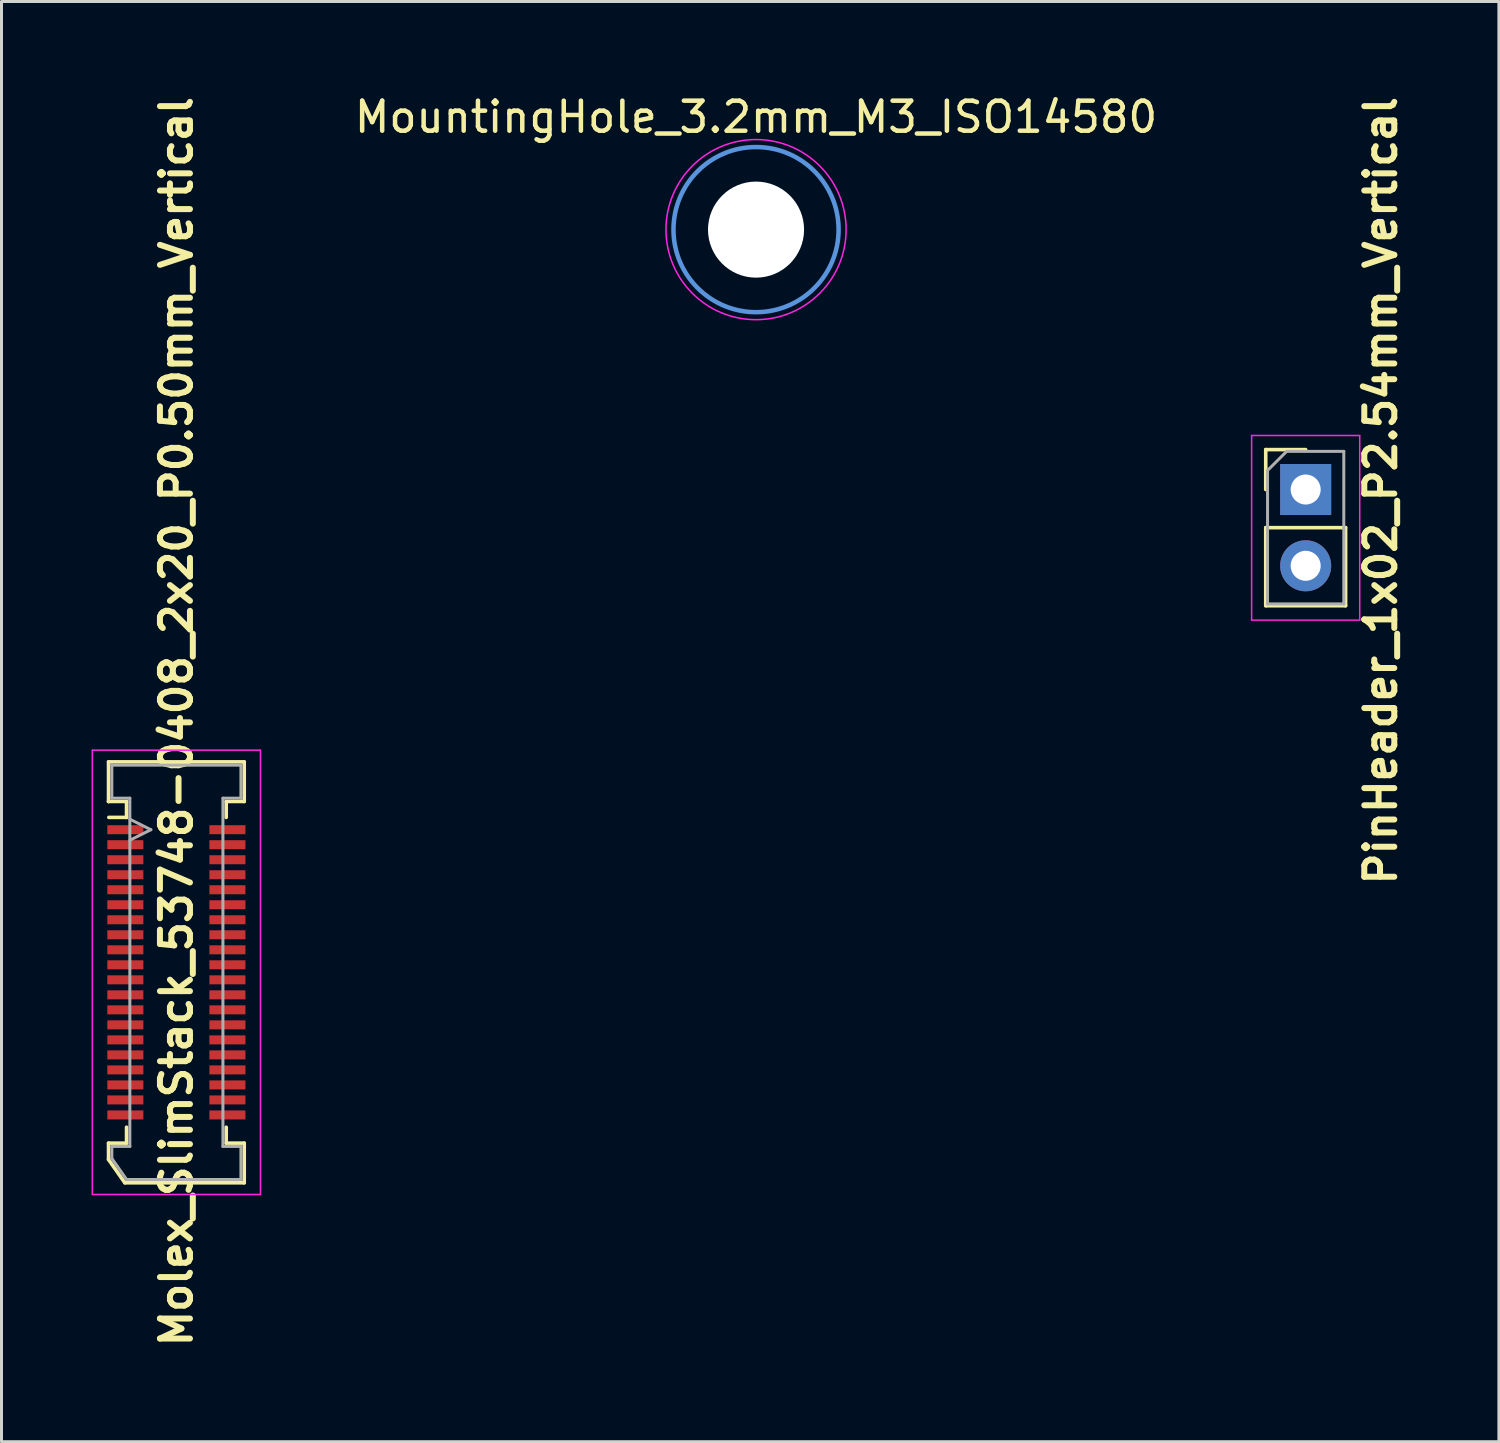
<source format=kicad_pcb>
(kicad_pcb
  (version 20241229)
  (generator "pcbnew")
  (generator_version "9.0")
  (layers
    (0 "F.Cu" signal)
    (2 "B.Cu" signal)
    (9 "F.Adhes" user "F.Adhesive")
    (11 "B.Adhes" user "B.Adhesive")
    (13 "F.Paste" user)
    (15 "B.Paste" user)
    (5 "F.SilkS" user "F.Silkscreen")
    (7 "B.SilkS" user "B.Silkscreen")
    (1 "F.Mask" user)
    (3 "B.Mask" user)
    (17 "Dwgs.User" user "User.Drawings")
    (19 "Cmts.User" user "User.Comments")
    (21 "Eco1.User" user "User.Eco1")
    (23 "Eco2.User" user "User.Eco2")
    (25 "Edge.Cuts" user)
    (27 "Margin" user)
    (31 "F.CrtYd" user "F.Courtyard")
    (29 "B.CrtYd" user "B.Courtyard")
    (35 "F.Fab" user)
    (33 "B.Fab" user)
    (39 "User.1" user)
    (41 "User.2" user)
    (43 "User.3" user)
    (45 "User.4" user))
  (footprint "MountingHole_3.2mm_M3_ISO14580"
    (layer "F.Cu")
    (at 22.132 4.598)
    (property "Reference" "MountingHole_3.2mm_M3_ISO14580" (at 0 -3.75 0) (layer "F.SilkS") (effects (font (size 1 1) (thickness 0.15))))
    (attr exclude_from_pos_files exclude_from_bom)
    (fp_circle (center 0 0) (end 2.75 0) (stroke (width 0.15) (type solid)) (fill no) (layer "Cmts.User"))
    (fp_circle (center 0 0) (end 3 0) (stroke (width 0.05) (type solid)) (fill no) (layer "F.CrtYd"))
    (pad "" np_thru_hole circle (at 0 0) (size 3.2 3.2) (drill 3.2) (layers "*.Cu" "*.Mask")))
  (footprint "PinHeader_1x02_P2.54mm_Vertical"
    (layer "F.Cu")
    (at 40.439 13.255)
    (property "Reference" "PinHeader_1x02_P2.54mm_Vertical" (at 2.5 0.04 90) (layer "F.SilkS") (effects (font (size 1 1) (thickness 0.2) (bold yes))))
    (attr through_hole)
    (fp_line (start -1.33 -1.33) (end 0 -1.33) (stroke (width 0.12) (type solid)) (layer "F.SilkS"))
    (fp_line (start -1.33 0) (end -1.33 -1.33) (stroke (width 0.12) (type solid)) (layer "F.SilkS"))
    (fp_line (start -1.33 1.27) (end -1.33 3.87) (stroke (width 0.12) (type solid)) (layer "F.SilkS"))
    (fp_line (start -1.33 1.27) (end 1.33 1.27) (stroke (width 0.12) (type solid)) (layer "F.SilkS"))
    (fp_line (start -1.33 3.87) (end 1.33 3.87) (stroke (width 0.12) (type solid)) (layer "F.SilkS"))
    (fp_line (start 1.33 1.27) (end 1.33 3.87) (stroke (width 0.12) (type solid)) (layer "F.SilkS"))
    (fp_line (start -1.8 -1.8) (end -1.8 4.35) (stroke (width 0.05) (type solid)) (layer "F.CrtYd"))
    (fp_line (start -1.8 4.35) (end 1.8 4.35) (stroke (width 0.05) (type solid)) (layer "F.CrtYd"))
    (fp_line (start 1.8 -1.8) (end -1.8 -1.8) (stroke (width 0.05) (type solid)) (layer "F.CrtYd"))
    (fp_line (start 1.8 4.35) (end 1.8 -1.8) (stroke (width 0.05) (type solid)) (layer "F.CrtYd"))
    (fp_line (start -1.27 -0.635) (end -0.635 -1.27) (stroke (width 0.1) (type solid)) (layer "F.Fab"))
    (fp_line (start -1.27 3.81) (end -1.27 -0.635) (stroke (width 0.1) (type solid)) (layer "F.Fab"))
    (fp_line (start -0.635 -1.27) (end 1.27 -1.27) (stroke (width 0.1) (type solid)) (layer "F.Fab"))
    (fp_line (start 1.27 -1.27) (end 1.27 3.81) (stroke (width 0.1) (type solid)) (layer "F.Fab"))
    (fp_line (start 1.27 3.81) (end -1.27 3.81) (stroke (width 0.1) (type solid)) (layer "F.Fab"))
    (pad "1" thru_hole rect (at 0 0) (size 1.7 1.7) (drill 1) (layers "*.Cu" "*.Mask"))
    (pad "2" thru_hole oval (at 0 2.54) (size 1.7 1.7) (drill 1) (layers "*.Cu" "*.Mask")))
  (footprint "Molex_SlimStack_53748-0408_2x20_P0.50mm_Vertical"
    (layer "F.Cu")
    (at 2.825 29.336)
    (property "Reference" "Molex_SlimStack_53748-0408_2x20_P0.50mm_Vertical" (at 0 -8.35 90) (layer "F.SilkS") (effects (font (size 1 1) (thickness 0.2) (bold yes))))
    (attr smd exclude_from_pos_files exclude_from_bom dnp)
    (fp_line (start -2.26 -7.01) (end -2.26 -5.69) (stroke (width 0.12) (type solid)) (layer "F.SilkS"))
    (fp_line (start -2.26 -5.69) (end -2.26 -5.69) (stroke (width 0.12) (type solid)) (layer "F.SilkS"))
    (fp_line (start -2.26 -5.69) (end -1.66 -5.69) (stroke (width 0.12) (type solid)) (layer "F.SilkS"))
    (fp_line (start -2.26 5.69) (end -1.66 5.69) (stroke (width 0.12) (type solid)) (layer "F.SilkS"))
    (fp_line (start -2.26 6.235) (end -2.26 5.69) (stroke (width 0.12) (type solid)) (layer "F.SilkS"))
    (fp_line (start -1.717 7.01) (end -2.26 6.235) (stroke (width 0.12) (type solid)) (layer "F.SilkS"))
    (fp_line (start -1.66 -5.69) (end -1.66 -5.16) (stroke (width 0.12) (type solid)) (layer "F.SilkS"))
    (fp_line (start -1.66 -5.16) (end -2.25 -5.16) (stroke (width 0.12) (type solid)) (layer "F.SilkS"))
    (fp_line (start -1.66 5.69) (end -1.66 5.16) (stroke (width 0.12) (type solid)) (layer "F.SilkS"))
    (fp_line (start 1.66 -5.69) (end 2.26 -5.69) (stroke (width 0.12) (type solid)) (layer "F.SilkS"))
    (fp_line (start 1.66 -5.16) (end 1.66 -5.69) (stroke (width 0.12) (type solid)) (layer "F.SilkS"))
    (fp_line (start 1.66 5.16) (end 1.66 5.69) (stroke (width 0.12) (type solid)) (layer "F.SilkS"))
    (fp_line (start 1.66 5.69) (end 2.26 5.69) (stroke (width 0.12) (type solid)) (layer "F.SilkS"))
    (fp_line (start 2.26 -7.01) (end -2.26 -7.01) (stroke (width 0.12) (type solid)) (layer "F.SilkS"))
    (fp_line (start 2.26 -5.69) (end 2.26 -7.01) (stroke (width 0.12) (type solid)) (layer "F.SilkS"))
    (fp_line (start 2.26 5.69) (end 2.26 7.01) (stroke (width 0.12) (type solid)) (layer "F.SilkS"))
    (fp_line (start 2.26 7.01) (end -1.717 7.01) (stroke (width 0.12) (type solid)) (layer "F.SilkS"))
    (fp_line (start -2.8 -7.4) (end -2.8 7.4) (stroke (width 0.05) (type solid)) (layer "F.CrtYd"))
    (fp_line (start -2.8 7.4) (end 2.8 7.4) (stroke (width 0.05) (type solid)) (layer "F.CrtYd"))
    (fp_line (start 2.8 -7.4) (end -2.8 -7.4) (stroke (width 0.05) (type solid)) (layer "F.CrtYd"))
    (fp_line (start 2.8 7.4) (end 2.8 -7.4) (stroke (width 0.05) (type solid)) (layer "F.CrtYd"))
    (fp_line (start -2.15 -6.9) (end -2.15 -5.8) (stroke (width 0.1) (type solid)) (layer "F.Fab"))
    (fp_line (start -2.15 -5.8) (end -1.55 -5.8) (stroke (width 0.1) (type solid)) (layer "F.Fab"))
    (fp_line (start -2.15 5.8) (end -2.15 6.2) (stroke (width 0.1) (type solid)) (layer "F.Fab"))
    (fp_line (start -2.15 6.2) (end -1.66 6.9) (stroke (width 0.1) (type solid)) (layer "F.Fab"))
    (fp_line (start -1.66 6.9) (end 2.15 6.9) (stroke (width 0.1) (type solid)) (layer "F.Fab"))
    (fp_line (start -1.55 -5.8) (end -1.55 5.8) (stroke (width 0.1) (type solid)) (layer "F.Fab"))
    (fp_line (start -1.55 5.8) (end -2.15 5.8) (stroke (width 0.1) (type solid)) (layer "F.Fab"))
    (fp_line (start -0.85 -4.75) (end -1.55 -5.1) (stroke (width 0.1) (type solid)) (layer "F.Fab"))
    (fp_line (start -0.85 -4.75) (end -1.55 -4.4) (stroke (width 0.1) (type solid)) (layer "F.Fab"))
    (fp_line (start 1.55 -5.8) (end 2.15 -5.8) (stroke (width 0.1) (type solid)) (layer "F.Fab"))
    (fp_line (start 1.55 5.8) (end 1.55 -5.8) (stroke (width 0.1) (type solid)) (layer "F.Fab"))
    (fp_line (start 2.15 -6.9) (end -2.15 -6.9) (stroke (width 0.1) (type solid)) (layer "F.Fab"))
    (fp_line (start 2.15 -5.8) (end 2.15 -6.9) (stroke (width 0.1) (type solid)) (layer "F.Fab"))
    (fp_line (start 2.15 5.8) (end 1.55 5.8) (stroke (width 0.1) (type solid)) (layer "F.Fab"))
    (fp_line (start 2.15 6.9) (end 2.15 5.8) (stroke (width 0.1) (type solid)) (layer "F.Fab"))
    (pad "1" smd rect (at -1.7 -4.75) (size 1.2 0.3) (layers "F.Cu" "F.Mask" "F.Paste"))
    (pad "2" smd rect (at 1.7 -4.75) (size 1.2 0.3) (layers "F.Cu" "F.Mask" "F.Paste"))
    (pad "3" smd rect (at -1.7 -4.25) (size 1.2 0.3) (layers "F.Cu" "F.Mask" "F.Paste"))
    (pad "4" smd rect (at 1.7 -4.25) (size 1.2 0.3) (layers "F.Cu" "F.Mask" "F.Paste"))
    (pad "5" smd rect (at -1.7 -3.75) (size 1.2 0.3) (layers "F.Cu" "F.Mask" "F.Paste"))
    (pad "6" smd rect (at 1.7 -3.75) (size 1.2 0.3) (layers "F.Cu" "F.Mask" "F.Paste"))
    (pad "7" smd rect (at -1.7 -3.25) (size 1.2 0.3) (layers "F.Cu" "F.Mask" "F.Paste"))
    (pad "8" smd rect (at 1.7 -3.25) (size 1.2 0.3) (layers "F.Cu" "F.Mask" "F.Paste"))
    (pad "9" smd rect (at -1.7 -2.75) (size 1.2 0.3) (layers "F.Cu" "F.Mask" "F.Paste"))
    (pad "10" smd rect (at 1.7 -2.75) (size 1.2 0.3) (layers "F.Cu" "F.Mask" "F.Paste"))
    (pad "11" smd rect (at -1.7 -2.25) (size 1.2 0.3) (layers "F.Cu" "F.Mask" "F.Paste"))
    (pad "12" smd rect (at 1.7 -2.25) (size 1.2 0.3) (layers "F.Cu" "F.Mask" "F.Paste"))
    (pad "13" smd rect (at -1.7 -1.75) (size 1.2 0.3) (layers "F.Cu" "F.Mask" "F.Paste"))
    (pad "14" smd rect (at 1.7 -1.75) (size 1.2 0.3) (layers "F.Cu" "F.Mask" "F.Paste"))
    (pad "15" smd rect (at -1.7 -1.25) (size 1.2 0.3) (layers "F.Cu" "F.Mask" "F.Paste"))
    (pad "16" smd rect (at 1.7 -1.25) (size 1.2 0.3) (layers "F.Cu" "F.Mask" "F.Paste"))
    (pad "17" smd rect (at -1.7 -0.75) (size 1.2 0.3) (layers "F.Cu" "F.Mask" "F.Paste"))
    (pad "18" smd rect (at 1.7 -0.75) (size 1.2 0.3) (layers "F.Cu" "F.Mask" "F.Paste"))
    (pad "19" smd rect (at -1.7 -0.25) (size 1.2 0.3) (layers "F.Cu" "F.Mask" "F.Paste"))
    (pad "20" smd rect (at 1.7 -0.25) (size 1.2 0.3) (layers "F.Cu" "F.Mask" "F.Paste"))
    (pad "21" smd rect (at -1.7 0.25) (size 1.2 0.3) (layers "F.Cu" "F.Mask" "F.Paste"))
    (pad "22" smd rect (at 1.7 0.25) (size 1.2 0.3) (layers "F.Cu" "F.Mask" "F.Paste"))
    (pad "23" smd rect (at -1.7 0.75) (size 1.2 0.3) (layers "F.Cu" "F.Mask" "F.Paste"))
    (pad "24" smd rect (at 1.7 0.75) (size 1.2 0.3) (layers "F.Cu" "F.Mask" "F.Paste"))
    (pad "25" smd rect (at -1.7 1.25) (size 1.2 0.3) (layers "F.Cu" "F.Mask" "F.Paste"))
    (pad "26" smd rect (at 1.7 1.25) (size 1.2 0.3) (layers "F.Cu" "F.Mask" "F.Paste"))
    (pad "27" smd rect (at -1.7 1.75) (size 1.2 0.3) (layers "F.Cu" "F.Mask" "F.Paste"))
    (pad "28" smd rect (at 1.7 1.75) (size 1.2 0.3) (layers "F.Cu" "F.Mask" "F.Paste"))
    (pad "29" smd rect (at -1.7 2.25) (size 1.2 0.3) (layers "F.Cu" "F.Mask" "F.Paste"))
    (pad "30" smd rect (at 1.7 2.25) (size 1.2 0.3) (layers "F.Cu" "F.Mask" "F.Paste"))
    (pad "31" smd rect (at -1.7 2.75) (size 1.2 0.3) (layers "F.Cu" "F.Mask" "F.Paste"))
    (pad "32" smd rect (at 1.7 2.75) (size 1.2 0.3) (layers "F.Cu" "F.Mask" "F.Paste"))
    (pad "33" smd rect (at -1.7 3.25) (size 1.2 0.3) (layers "F.Cu" "F.Mask" "F.Paste"))
    (pad "34" smd rect (at 1.7 3.25) (size 1.2 0.3) (layers "F.Cu" "F.Mask" "F.Paste"))
    (pad "35" smd rect (at -1.7 3.75) (size 1.2 0.3) (layers "F.Cu" "F.Mask" "F.Paste"))
    (pad "36" smd rect (at 1.7 3.75) (size 1.2 0.3) (layers "F.Cu" "F.Mask" "F.Paste"))
    (pad "37" smd rect (at -1.7 4.25) (size 1.2 0.3) (layers "F.Cu" "F.Mask" "F.Paste"))
    (pad "38" smd rect (at 1.7 4.25) (size 1.2 0.3) (layers "F.Cu" "F.Mask" "F.Paste"))
    (pad "39" smd rect (at -1.7 4.75) (size 1.2 0.3) (layers "F.Cu" "F.Mask" "F.Paste"))
    (pad "40" smd rect (at 1.7 4.75) (size 1.2 0.3) (layers "F.Cu" "F.Mask" "F.Paste")))
  (gr_rect
    (start -3 -3)
    (end 46.875 44.971)
    (stroke (width 0.1) (type default))
    (fill no)
    (layer "Edge.Cuts")))
</source>
